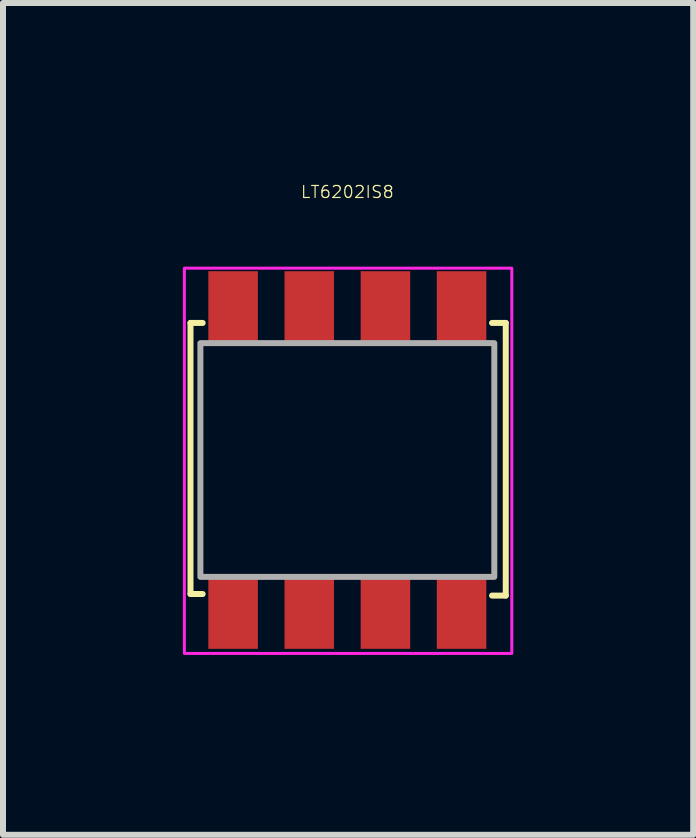
<source format=kicad_pcb>
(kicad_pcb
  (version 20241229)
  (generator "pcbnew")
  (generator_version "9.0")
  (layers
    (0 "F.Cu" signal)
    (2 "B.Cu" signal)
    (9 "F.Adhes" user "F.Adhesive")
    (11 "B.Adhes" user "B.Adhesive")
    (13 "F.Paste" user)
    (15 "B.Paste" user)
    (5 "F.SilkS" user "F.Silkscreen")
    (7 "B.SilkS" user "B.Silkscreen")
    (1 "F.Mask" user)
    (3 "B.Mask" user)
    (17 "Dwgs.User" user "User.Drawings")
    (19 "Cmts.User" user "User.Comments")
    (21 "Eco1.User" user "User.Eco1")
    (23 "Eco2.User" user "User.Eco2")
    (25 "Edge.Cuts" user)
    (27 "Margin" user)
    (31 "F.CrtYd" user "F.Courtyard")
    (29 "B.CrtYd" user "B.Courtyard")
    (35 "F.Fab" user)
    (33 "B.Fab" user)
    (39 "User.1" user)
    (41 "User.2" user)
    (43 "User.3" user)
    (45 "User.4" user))
  (footprint "LT6202IS8"
    (layer "F.Cu")
    (at 2.743 4.622)
    (property "Reference" "LT6202IS8" (at 0 -4.47 0) (unlocked yes) (layer "F.SilkS") (effects (font (size 0.2 0.2) (thickness 0.02))))
    (attr smd)
    (fp_line (start -2.616 -2.286) (end -2.616 2.235) (stroke (width 0.1) (type default)) (layer "F.SilkS"))
    (fp_line (start -2.616 2.235) (end -2.413 2.235) (stroke (width 0.1) (type default)) (layer "F.SilkS"))
    (fp_line (start -2.413 -2.286) (end -2.616 -2.286) (stroke (width 0.1) (type default)) (layer "F.SilkS"))
    (fp_line (start 2.413 -2.286) (end 2.642 -2.286) (stroke (width 0.1) (type default)) (layer "F.SilkS"))
    (fp_line (start 2.642 -2.286) (end 2.642 2.261) (stroke (width 0.1) (type default)) (layer "F.SilkS"))
    (fp_line (start 2.642 2.261) (end 2.413 2.261) (stroke (width 0.1) (type default)) (layer "F.SilkS"))
    (fp_rect (start -2.718 -3.2) (end 2.743 3.226) (stroke (width 0.05) (type default)) (fill no) (layer "F.CrtYd"))
    (fp_rect (start -2.451 -1.949) (end 2.451 1.949) (stroke (width 0.1) (type default)) (fill no) (layer "F.Fab"))
    (pad "1" smd rect (at -1.905 2.546) (size 0.826 1.206) (layers "F.Cu" "F.Mask" "F.Paste"))
    (pad "2" smd rect (at -0.635 2.546) (size 0.826 1.206) (layers "F.Cu" "F.Mask" "F.Paste"))
    (pad "3" smd rect (at 0.635 2.546) (size 0.826 1.206) (layers "F.Cu" "F.Mask" "F.Paste"))
    (pad "4" smd rect (at 1.905 2.546) (size 0.826 1.206) (layers "F.Cu" "F.Mask" "F.Paste"))
    (pad "5" smd rect (at 1.905 -2.546) (size 0.826 1.206) (layers "F.Cu" "F.Mask" "F.Paste"))
    (pad "6" smd rect (at 0.635 -2.546) (size 0.826 1.206) (layers "F.Cu" "F.Mask" "F.Paste"))
    (pad "7" smd rect (at -0.635 -2.546) (size 0.826 1.206) (layers "F.Cu" "F.Mask" "F.Paste"))
    (pad "8" smd rect (at -1.905 -2.546) (size 0.826 1.206) (layers "F.Cu" "F.Mask" "F.Paste")))
  (gr_rect
    (start -3 -3)
    (end 8.511 10.873)
    (stroke (width 0.1) (type default))
    (fill no)
    (layer "Edge.Cuts")))
</source>
